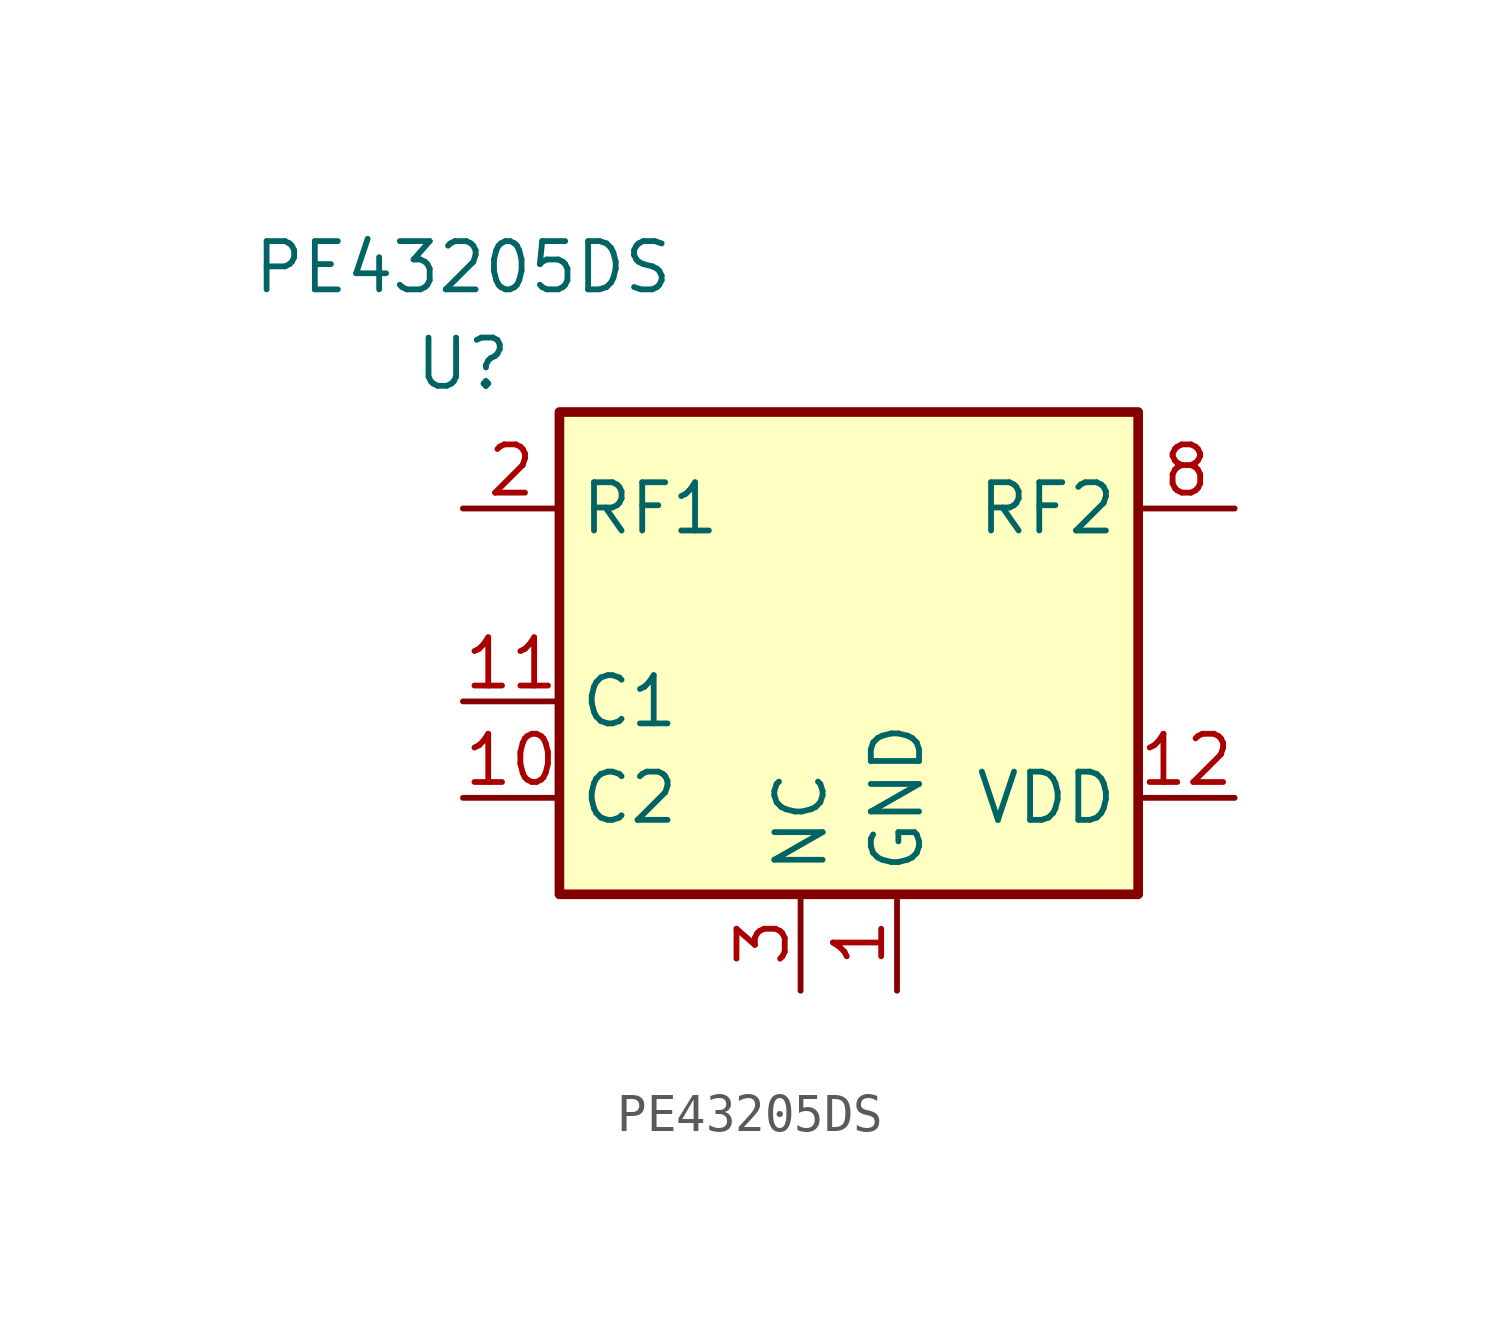
<source format=kicad_sym>
(kicad_symbol_lib
  (version 20211014)
  (generator kicad_symbol_editor)
  (symbol "PE43205DS"
    (property "Reference" "U"
      (at 0 3.81 0)
      (effects (font (size 1.27 1.27))))
    (property "Value" "PE43205DS"
      (at 0 6.35 0)
      (effects (font (size 1.27 1.27))))
    (symbol "PE43205DS_0_1"
      (rectangle (start 2.54 2.54) (end 17.78 -10.16) (stroke (width 0.254) (type default) (color 0 0 0 0)) (fill (type background))))
    (symbol "PE43205DS_1_1"
      (pin power_in line (at 11.43 -12.7 90) (length 2.54) (name "GND" (effects (font (size 1.27 1.27)))) (number "1" (effects (font (size 1.27 1.27)))))
      (pin input line (at 0 -7.62 0) (length 2.54) (name "C2" (effects (font (size 1.27 1.27)))) (number "10" (effects (font (size 1.27 1.27)))))
      (pin input line (at 0 -5.08 0) (length 2.54) (name "C1" (effects (font (size 1.27 1.27)))) (number "11" (effects (font (size 1.27 1.27)))))
      (pin power_in line (at 20.32 -7.62 180) (length 2.54) (name "VDD" (effects (font (size 1.27 1.27)))) (number "12" (effects (font (size 1.27 1.27)))))
      (pin passive line (at 11.43 -12.7 90) (length 2.54) hide (name "GND" (effects (font (size 1.27 1.27)))) (number "13" (effects (font (size 1.27 1.27)))))
      (pin passive line (at 0 0 0) (length 2.54) (name "RF1" (effects (font (size 1.27 1.27)))) (number "2" (effects (font (size 1.27 1.27)))))
      (pin passive line (at 8.89 -12.7 90) (length 2.54) (name "NC" (effects (font (size 1.27 1.27)))) (number "3" (effects (font (size 1.27 1.27)))))
      (pin passive line (at 8.89 -12.7 90) (length 2.54) hide (name "NC" (effects (font (size 1.27 1.27)))) (number "4" (effects (font (size 1.27 1.27)))))
      (pin passive line (at 8.89 -12.7 90) (length 2.54) hide (name "NC" (effects (font (size 1.27 1.27)))) (number "5" (effects (font (size 1.27 1.27)))))
      (pin passive line (at 8.89 -12.7 90) (length 2.54) hide (name "NC" (effects (font (size 1.27 1.27)))) (number "6" (effects (font (size 1.27 1.27)))))
      (pin passive line (at 8.89 -12.7 90) (length 2.54) hide (name "NC" (effects (font (size 1.27 1.27)))) (number "7" (effects (font (size 1.27 1.27)))))
      (pin passive line (at 20.32 0 180) (length 2.54) (name "RF2" (effects (font (size 1.27 1.27)))) (number "8" (effects (font (size 1.27 1.27)))))
      (pin passive line (at 11.43 -12.7 90) (length 2.54) hide (name "GND" (effects (font (size 1.27 1.27)))) (number "9" (effects (font (size 1.27 1.27))))))))
</source>
